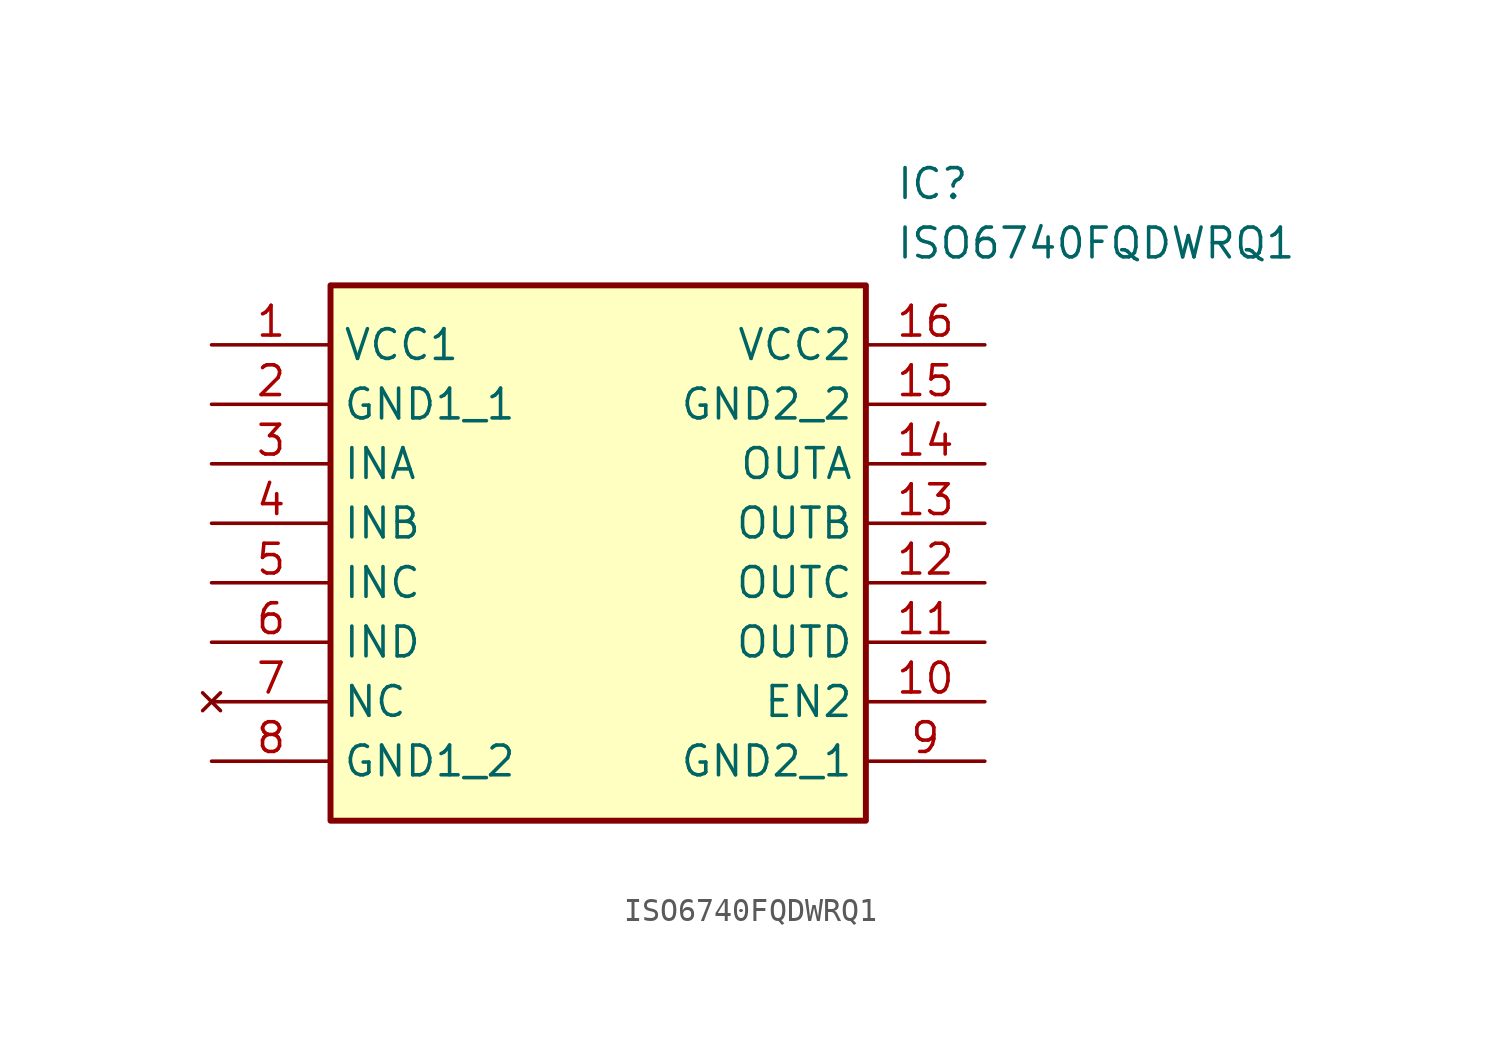
<source format=kicad_sym>
(kicad_symbol_lib
  (version 20211014)
  (generator SamacSys_ECAD_Model)
  (symbol "ISO6740FQDWRQ1"
    (property "Reference" "IC"
      (at 29.21 7.62 0)
      (effects (font (size 1.27 1.27)) (justify left top)))
    (property "Value" "ISO6740FQDWRQ1"
      (at 29.21 5.08 0)
      (effects (font (size 1.27 1.27)) (justify left top)))
    (rectangle
      (start 5.08 2.54)
      (end 27.94 -20.32)
      (stroke (width 0.254) (type default))
      (fill (type background)))
    (pin passive line
      (at 0 0 0)
      (length 5.08)
      (name "VCC1" (effects (font (size 1.27 1.27))))
      (number "1" (effects (font (size 1.27 1.27)))))
    (pin passive line
      (at 0 -2.54 0)
      (length 5.08)
      (name "GND1_1" (effects (font (size 1.27 1.27))))
      (number "2" (effects (font (size 1.27 1.27)))))
    (pin passive line
      (at 0 -5.08 0)
      (length 5.08)
      (name "INA" (effects (font (size 1.27 1.27))))
      (number "3" (effects (font (size 1.27 1.27)))))
    (pin passive line
      (at 0 -7.62 0)
      (length 5.08)
      (name "INB" (effects (font (size 1.27 1.27))))
      (number "4" (effects (font (size 1.27 1.27)))))
    (pin passive line
      (at 0 -10.16 0)
      (length 5.08)
      (name "INC" (effects (font (size 1.27 1.27))))
      (number "5" (effects (font (size 1.27 1.27)))))
    (pin passive line
      (at 0 -12.7 0)
      (length 5.08)
      (name "IND" (effects (font (size 1.27 1.27))))
      (number "6" (effects (font (size 1.27 1.27)))))
    (pin no_connect line
      (at 0 -15.24 0)
      (length 5.08)
      (name "NC" (effects (font (size 1.27 1.27))))
      (number "7" (effects (font (size 1.27 1.27)))))
    (pin passive line
      (at 0 -17.78 0)
      (length 5.08)
      (name "GND1_2" (effects (font (size 1.27 1.27))))
      (number "8" (effects (font (size 1.27 1.27)))))
    (pin passive line
      (at 33.02 0 180)
      (length 5.08)
      (name "VCC2" (effects (font (size 1.27 1.27))))
      (number "16" (effects (font (size 1.27 1.27)))))
    (pin passive line
      (at 33.02 -2.54 180)
      (length 5.08)
      (name "GND2_2" (effects (font (size 1.27 1.27))))
      (number "15" (effects (font (size 1.27 1.27)))))
    (pin passive line
      (at 33.02 -5.08 180)
      (length 5.08)
      (name "OUTA" (effects (font (size 1.27 1.27))))
      (number "14" (effects (font (size 1.27 1.27)))))
    (pin passive line
      (at 33.02 -7.62 180)
      (length 5.08)
      (name "OUTB" (effects (font (size 1.27 1.27))))
      (number "13" (effects (font (size 1.27 1.27)))))
    (pin passive line
      (at 33.02 -10.16 180)
      (length 5.08)
      (name "OUTC" (effects (font (size 1.27 1.27))))
      (number "12" (effects (font (size 1.27 1.27)))))
    (pin passive line
      (at 33.02 -12.7 180)
      (length 5.08)
      (name "OUTD" (effects (font (size 1.27 1.27))))
      (number "11" (effects (font (size 1.27 1.27)))))
    (pin passive line
      (at 33.02 -15.24 180)
      (length 5.08)
      (name "EN2" (effects (font (size 1.27 1.27))))
      (number "10" (effects (font (size 1.27 1.27)))))
    (pin passive line
      (at 33.02 -17.78 180)
      (length 5.08)
      (name "GND2_1" (effects (font (size 1.27 1.27))))
      (number "9" (effects (font (size 1.27 1.27)))))))
</source>
